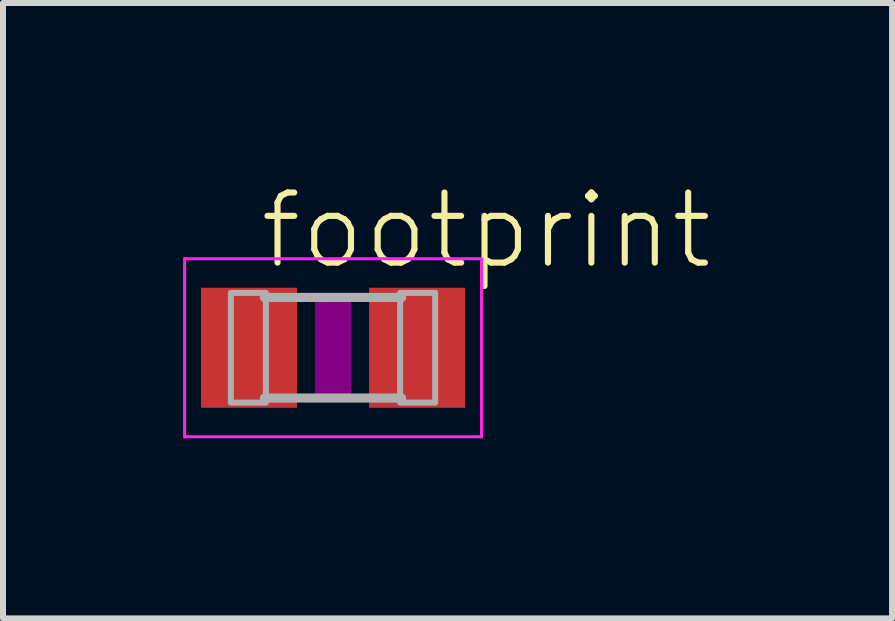
<source format=kicad_pcb>
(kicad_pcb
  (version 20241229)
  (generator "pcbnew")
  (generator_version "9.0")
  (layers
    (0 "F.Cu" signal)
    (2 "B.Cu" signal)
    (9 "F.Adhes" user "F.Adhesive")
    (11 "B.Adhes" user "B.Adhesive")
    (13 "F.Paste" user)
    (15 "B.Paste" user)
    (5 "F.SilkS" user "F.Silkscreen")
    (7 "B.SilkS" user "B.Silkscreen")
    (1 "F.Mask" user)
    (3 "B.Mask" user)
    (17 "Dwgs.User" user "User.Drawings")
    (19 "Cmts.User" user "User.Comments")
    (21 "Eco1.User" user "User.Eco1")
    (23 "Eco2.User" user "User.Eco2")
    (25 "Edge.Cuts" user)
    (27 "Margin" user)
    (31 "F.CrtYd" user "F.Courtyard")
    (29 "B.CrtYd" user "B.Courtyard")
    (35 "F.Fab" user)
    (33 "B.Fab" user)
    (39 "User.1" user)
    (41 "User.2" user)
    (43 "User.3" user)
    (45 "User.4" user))
  (footprint "footprint"
    (layer "F.Cu")
    (at 2.498 2.743)
    (property "Reference" "footprint" (at -1.27 -1.27 0) (layer "F.SilkS") (effects (font (size 1.168 1.168) (thickness 0.102)) (justify left bottom)))
    (fp_poly (pts (xy -0.3 0.8) (xy 0.3 0.8) (xy 0.3 -0.8) (xy -0.3 -0.8)) (stroke (width 0) (type solid)) (fill yes) (layer "F.Adhes"))
    (fp_line (start -2.473 -1.483) (end 2.473 -1.483) (stroke (width 0.051) (type solid)) (layer "F.CrtYd"))
    (fp_line (start -2.473 1.483) (end -2.473 -1.483) (stroke (width 0.051) (type solid)) (layer "F.CrtYd"))
    (fp_line (start 2.473 -1.483) (end 2.473 1.483) (stroke (width 0.051) (type solid)) (layer "F.CrtYd"))
    (fp_line (start 2.473 1.483) (end -2.473 1.483) (stroke (width 0.051) (type solid)) (layer "F.CrtYd"))
    (fp_line (start 1.143 -0.838) (end -1.143 -0.838) (stroke (width 0.152) (type solid)) (layer "F.Fab"))
    (fp_line (start 1.143 0.838) (end -1.143 0.838) (stroke (width 0.152) (type solid)) (layer "F.Fab"))
    (fp_poly (pts (xy -1.702 0.914) (xy -1.118 0.914) (xy -1.118 -0.914) (xy -1.702 -0.914)) (stroke (width 0.1) (type solid)) (fill no) (layer "F.Fab"))
    (fp_poly (pts (xy 1.118 0.914) (xy 1.702 0.914) (xy 1.702 -0.914) (xy 1.118 -0.914)) (stroke (width 0.1) (type solid)) (fill no) (layer "F.Fab"))
    (pad "1" smd rect (at -1.4 0) (size 1.6 2) (layers "F.Cu" "F.Mask" "F.Paste"))
    (pad "2" smd rect (at 1.4 0) (size 1.6 2) (layers "F.Cu" "F.Mask" "F.Paste")))
  (gr_rect
    (start -3 -3)
    (end 11.811 7.252)
    (stroke (width 0.1) (type default))
    (fill no)
    (layer "Edge.Cuts")))
</source>
